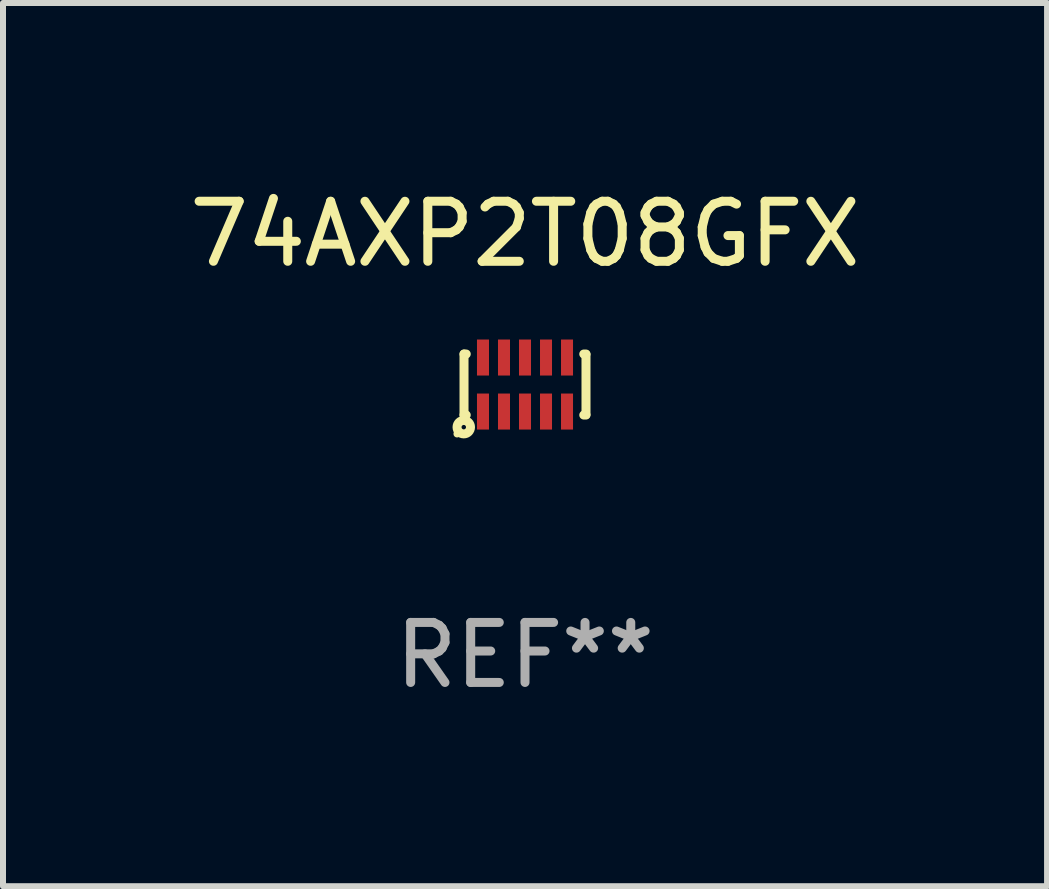
<source format=kicad_pcb>
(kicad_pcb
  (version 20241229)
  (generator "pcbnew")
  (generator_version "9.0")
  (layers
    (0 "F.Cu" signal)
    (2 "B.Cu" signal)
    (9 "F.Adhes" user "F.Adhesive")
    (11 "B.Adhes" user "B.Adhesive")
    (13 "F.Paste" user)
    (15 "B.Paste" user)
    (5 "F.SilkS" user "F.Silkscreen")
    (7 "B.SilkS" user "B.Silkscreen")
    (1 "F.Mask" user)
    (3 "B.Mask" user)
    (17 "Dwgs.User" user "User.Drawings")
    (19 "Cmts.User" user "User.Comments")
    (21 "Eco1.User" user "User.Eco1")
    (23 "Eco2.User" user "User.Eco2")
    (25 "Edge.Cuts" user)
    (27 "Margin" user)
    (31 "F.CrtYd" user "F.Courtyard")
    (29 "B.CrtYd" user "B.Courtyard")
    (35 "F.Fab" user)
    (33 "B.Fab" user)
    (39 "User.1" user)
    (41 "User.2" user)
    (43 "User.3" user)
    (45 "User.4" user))
  (footprint "74AXP2T08GFX"
    (layer "F.Cu")
    (at 5.696 3.356)
    (property "Reference" "74AXP2T08GFX" (at 0 -2.508 0) (layer "F.SilkS") (effects (font (size 1 1) (thickness 0.15))))
    (attr through_hole)
    (fp_line (start -1.016 -0.508) (end -1.016 0.508) (stroke (width 0.15) (type solid)) (layer "F.SilkS"))
    (fp_line (start -1.016 -0.508) (end -0.979 -0.508) (stroke (width 0.15) (type solid)) (layer "F.SilkS"))
    (fp_line (start -1.016 0.508) (end -0.979 0.508) (stroke (width 0.15) (type solid)) (layer "F.SilkS"))
    (fp_line (start 0.979 -0.508) (end 1.016 -0.508) (stroke (width 0.15) (type solid)) (layer "F.SilkS"))
    (fp_line (start 0.979 0.508) (end 1.016 0.508) (stroke (width 0.15) (type solid)) (layer "F.SilkS"))
    (fp_line (start 1.016 -0.5) (end 1.016 0.5) (stroke (width 0.15) (type solid)) (layer "F.SilkS"))
    (fp_circle (center -1.132 0.822) (end -1.102 0.822) (stroke (width 0.06) (type solid)) (fill no) (layer "F.SilkS"))
    (fp_circle (center -1.02 0.71) (end -0.983 0.71) (stroke (width 0.15) (type solid)) (fill no) (layer "F.SilkS"))
    (fp_text user "REF**" (at 0 4.508 0) (layer "F.Fab") (effects (font (size 1 1) (thickness 0.15))))
    (pad "1" smd rect (at -0.7 0.45) (size 0.2 0.6) (layers "F.Cu" "F.Mask" "F.Paste"))
    (pad "2" smd rect (at -0.35 0.45) (size 0.2 0.6) (layers "F.Cu" "F.Mask" "F.Paste"))
    (pad "3" smd rect (at 0.000025 0.45) (size 0.2 0.6) (layers "F.Cu" "F.Mask" "F.Paste"))
    (pad "4" smd rect (at 0.35 0.45) (size 0.2 0.6) (layers "F.Cu" "F.Mask" "F.Paste"))
    (pad "5" smd rect (at 0.7 0.45) (size 0.2 0.6) (layers "F.Cu" "F.Mask" "F.Paste"))
    (pad "6" smd rect (at 0.7 -0.45) (size 0.2 0.6) (layers "F.Cu" "F.Mask" "F.Paste"))
    (pad "7" smd rect (at 0.35 -0.45) (size 0.2 0.6) (layers "F.Cu" "F.Mask" "F.Paste"))
    (pad "8" smd rect (at 0.000025 -0.45) (size 0.2 0.6) (layers "F.Cu" "F.Mask" "F.Paste"))
    (pad "9" smd rect (at -0.35 -0.45) (size 0.2 0.6) (layers "F.Cu" "F.Mask" "F.Paste"))
    (pad "10" smd rect (at -0.7 -0.45) (size 0.2 0.6) (layers "F.Cu" "F.Mask" "F.Paste")))
  (gr_rect
    (start -3 -3)
    (end 14.393 11.713)
    (stroke (width 0.1) (type default))
    (fill no)
    (layer "Edge.Cuts")))
</source>
